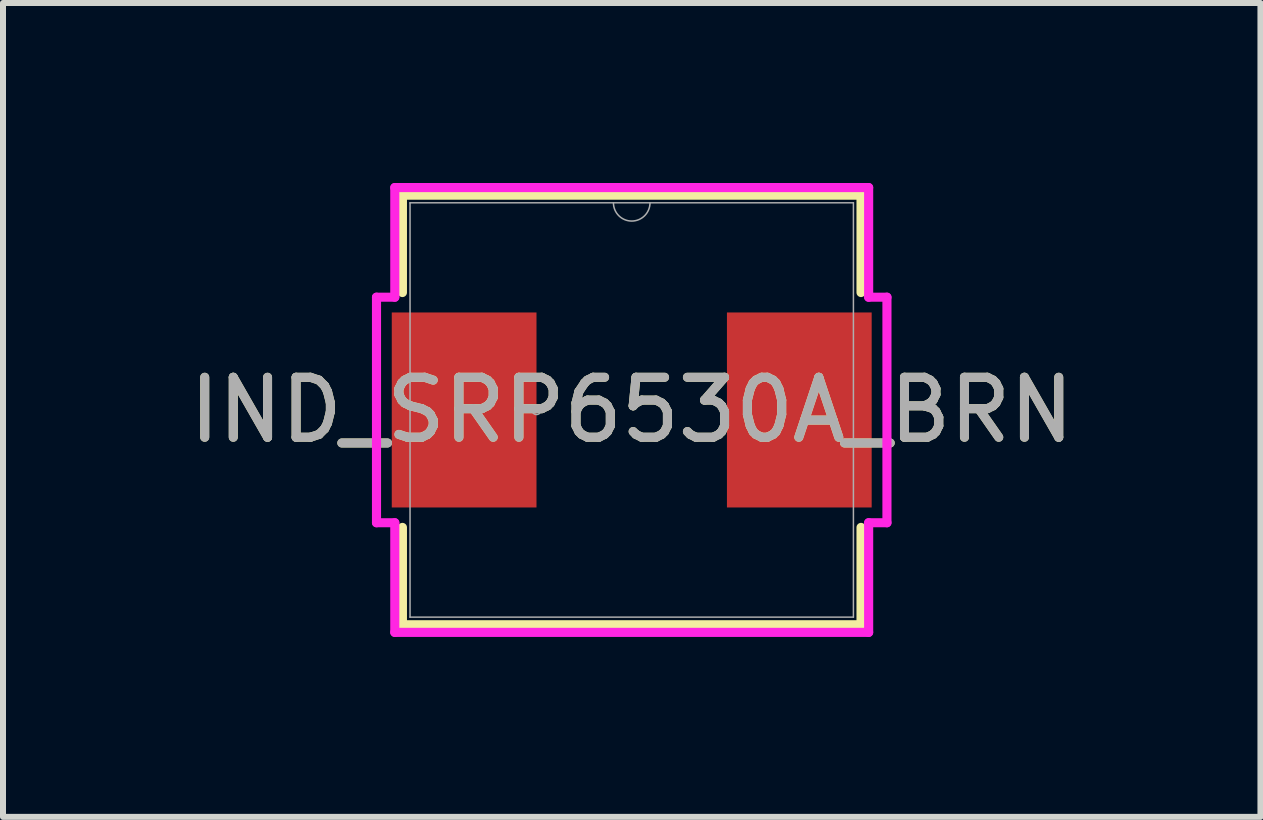
<source format=kicad_pcb>
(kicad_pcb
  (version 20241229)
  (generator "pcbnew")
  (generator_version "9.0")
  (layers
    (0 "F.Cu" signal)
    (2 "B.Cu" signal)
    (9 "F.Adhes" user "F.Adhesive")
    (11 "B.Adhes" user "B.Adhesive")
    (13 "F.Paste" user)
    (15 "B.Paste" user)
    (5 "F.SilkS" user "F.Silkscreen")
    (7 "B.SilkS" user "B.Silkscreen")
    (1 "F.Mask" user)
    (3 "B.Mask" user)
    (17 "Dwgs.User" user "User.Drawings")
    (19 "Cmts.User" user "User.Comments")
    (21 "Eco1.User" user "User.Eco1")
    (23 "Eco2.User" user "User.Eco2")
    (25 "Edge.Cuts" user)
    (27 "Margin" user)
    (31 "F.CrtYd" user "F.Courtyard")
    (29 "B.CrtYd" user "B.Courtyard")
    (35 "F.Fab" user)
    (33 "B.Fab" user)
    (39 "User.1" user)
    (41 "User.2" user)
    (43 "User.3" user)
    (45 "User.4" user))
  (footprint "IND_SRP6530A_BRN"
    (layer "F.Cu")
    (at 7.482 3.785)
    (property "Reference" "IND_SRP6530A_BRN" (at 0 0 0) (unlocked yes) (layer "F.SilkS") (effects (font (size 1 1) (thickness 0.15))))
    (attr smd)
    (fp_line (start -3.823 -3.581) (end -3.823 -1.958) (stroke (width 0.152) (type solid)) (layer "F.SilkS"))
    (fp_line (start -3.823 1.958) (end -3.823 3.581) (stroke (width 0.152) (type solid)) (layer "F.SilkS"))
    (fp_line (start -3.823 3.581) (end 3.823 3.581) (stroke (width 0.152) (type solid)) (layer "F.SilkS"))
    (fp_line (start 3.823 -3.581) (end -3.823 -3.581) (stroke (width 0.152) (type solid)) (layer "F.SilkS"))
    (fp_line (start 3.823 -1.958) (end 3.823 -3.581) (stroke (width 0.152) (type solid)) (layer "F.SilkS"))
    (fp_line (start 3.823 3.581) (end 3.823 1.958) (stroke (width 0.152) (type solid)) (layer "F.SilkS"))
    (fp_line (start -4.255 -1.88) (end -3.95 -1.88) (stroke (width 0.152) (type solid)) (layer "F.CrtYd"))
    (fp_line (start -4.255 1.88) (end -4.255 -1.88) (stroke (width 0.152) (type solid)) (layer "F.CrtYd"))
    (fp_line (start -4.255 1.88) (end -3.95 1.88) (stroke (width 0.152) (type solid)) (layer "F.CrtYd"))
    (fp_line (start -3.95 -3.708) (end 3.95 -3.708) (stroke (width 0.152) (type solid)) (layer "F.CrtYd"))
    (fp_line (start -3.95 -1.88) (end -3.95 -3.708) (stroke (width 0.152) (type solid)) (layer "F.CrtYd"))
    (fp_line (start -3.95 3.708) (end -3.95 1.88) (stroke (width 0.152) (type solid)) (layer "F.CrtYd"))
    (fp_line (start 3.95 -3.708) (end 3.95 -1.88) (stroke (width 0.152) (type solid)) (layer "F.CrtYd"))
    (fp_line (start 3.95 1.88) (end 3.95 3.708) (stroke (width 0.152) (type solid)) (layer "F.CrtYd"))
    (fp_line (start 3.95 3.708) (end -3.95 3.708) (stroke (width 0.152) (type solid)) (layer "F.CrtYd"))
    (fp_line (start 4.255 -1.88) (end 3.95 -1.88) (stroke (width 0.152) (type solid)) (layer "F.CrtYd"))
    (fp_line (start 4.255 -1.88) (end 4.255 1.88) (stroke (width 0.152) (type solid)) (layer "F.CrtYd"))
    (fp_line (start 4.255 1.88) (end 3.95 1.88) (stroke (width 0.152) (type solid)) (layer "F.CrtYd"))
    (fp_line (start -3.696 -3.454) (end -3.696 3.454) (stroke (width 0.025) (type solid)) (layer "F.Fab"))
    (fp_line (start -3.696 3.454) (end 3.696 3.454) (stroke (width 0.025) (type solid)) (layer "F.Fab"))
    (fp_line (start 3.696 -3.454) (end -3.696 -3.454) (stroke (width 0.025) (type solid)) (layer "F.Fab"))
    (fp_line (start 3.696 3.454) (end 3.696 -3.454) (stroke (width 0.025) (type solid)) (layer "F.Fab"))
    (fp_arc (start 0.3048 -3.4544) (mid 0 -3.1496) (end -0.3048 -3.4544) (stroke (width 0.0254) (type solid)) (layer "F.Fab"))
    (fp_circle (center -1.587 0) (end -1.511 0) (stroke (width 0.025) (type solid)) (fill no) (layer "F.Fab"))
    (fp_text user "${REFERENCE}" (at 0 0 0) (unlocked yes) (layer "F.Fab") (effects (font (size 1 1) (thickness 0.15))))
    (pad "1" smd rect (at -2.794 0) (size 2.413 3.251) (layers "F.Cu" "F.Mask" "F.Paste"))
    (pad "2" smd rect (at 2.794 0) (size 2.413 3.251) (layers "F.Cu" "F.Mask" "F.Paste")))
  (gr_rect
    (start -3 -3)
    (end 17.964 10.569)
    (stroke (width 0.1) (type default))
    (fill no)
    (layer "Edge.Cuts")))
</source>
